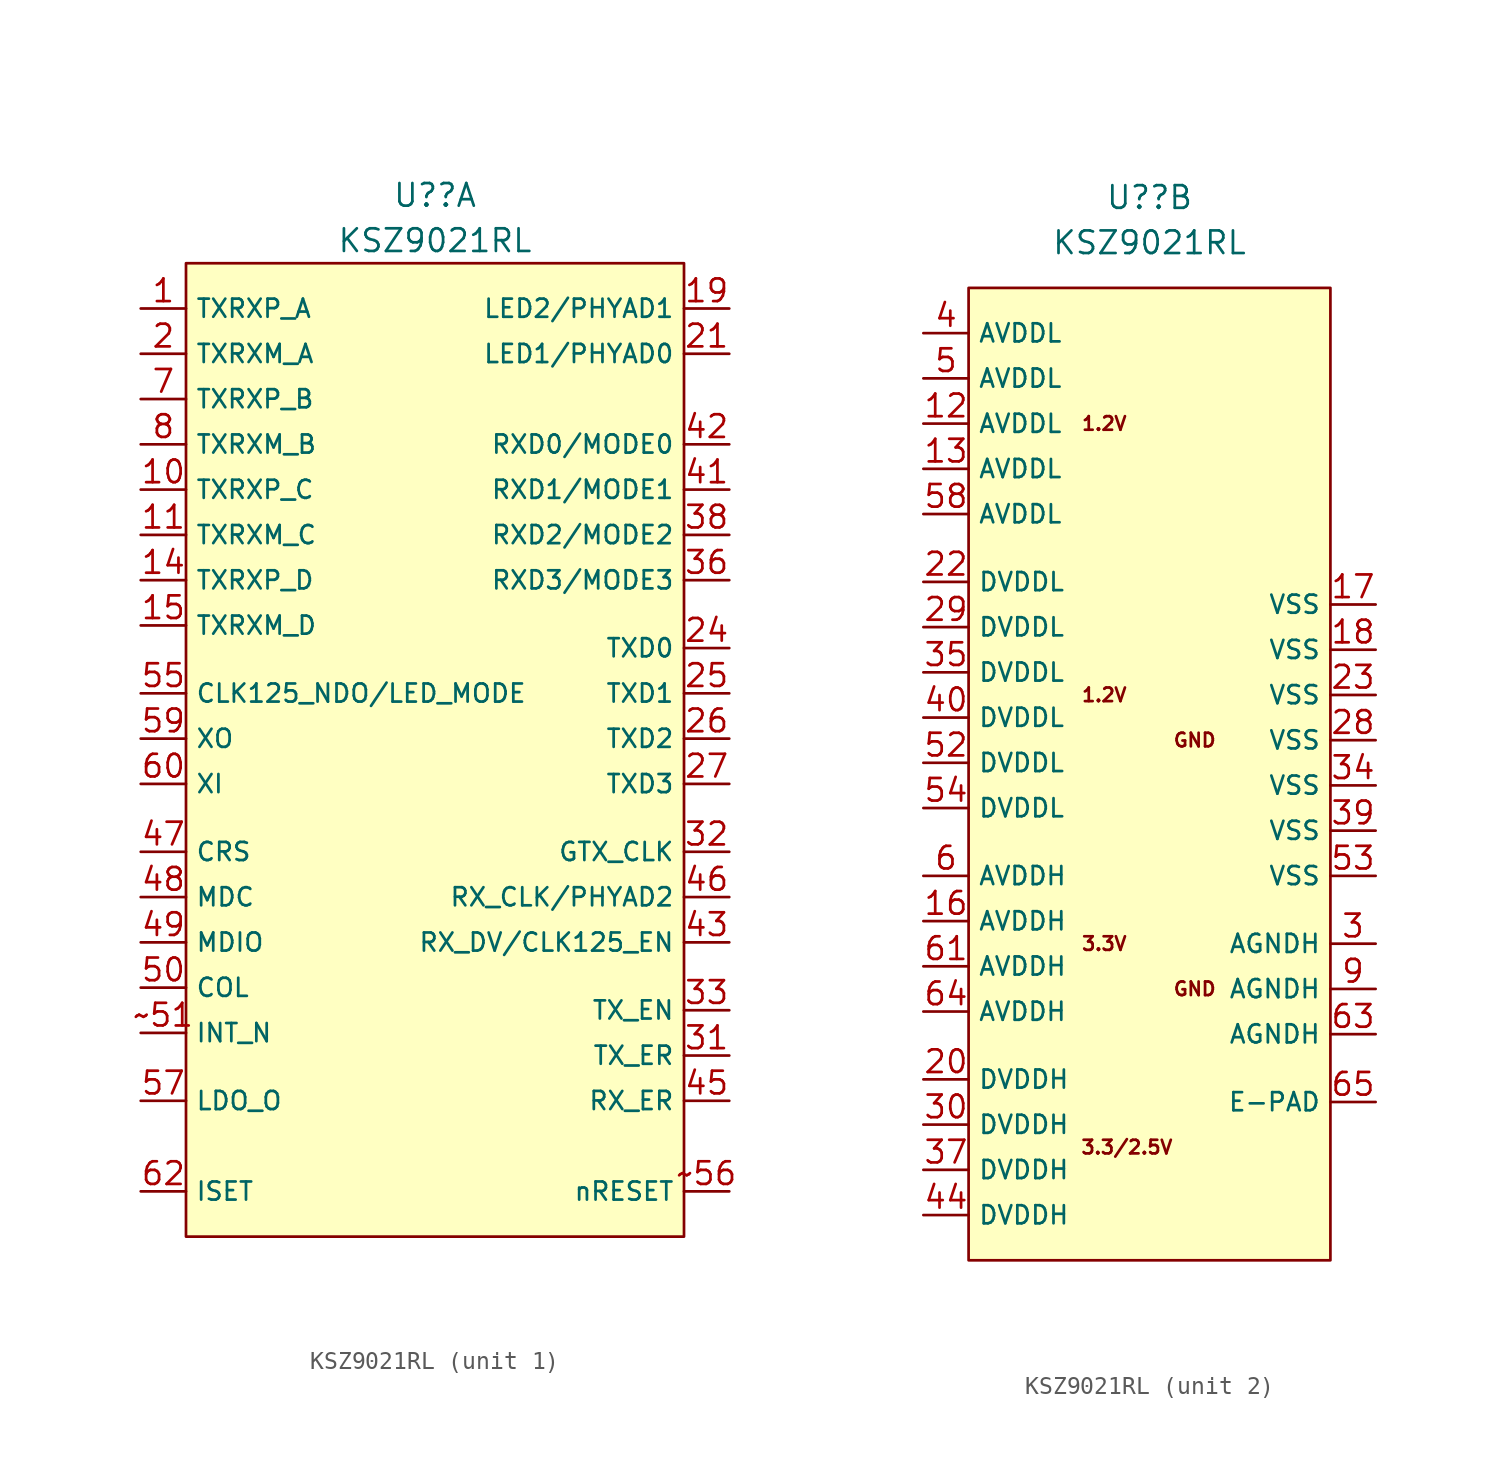
<source format=kicad_sym>
(kicad_symbol_lib
  (version 20201005)
  (generator kicad_symbol_editor)
  (symbol "CustomSymbols:KSZ9021RL"
    (property "Reference" "U?"
      (at 0 33.02 0)
      (effects (font (size 1.27 1.27))))
    (property "Value" "KSZ9021RL"
      (at 0 30.48 0)
      (effects (font (size 1.27 1.27))))
    (property "ki_locked" ""
      (at 0 0 0)
      (effects (font (size 1.27 1.27))))
    (symbol "KSZ9021RL_1_0"
      (rectangle (start -13.97 29.21) (end 13.97 -25.4) (stroke (width 0.152)) (fill (type background)))
      (pin bidirectional line (at -16.51 26.67 0) (length 2.54) (name "TXRXP_A" (effects (font (size 1.016 1.016)))) (number "1" (effects (font (size 1.27 1.27)))))
      (pin bidirectional line (at -16.51 16.51 0) (length 2.54) (name "TXRXP_C" (effects (font (size 1.016 1.016)))) (number "10" (effects (font (size 1.27 1.27)))))
      (pin bidirectional line (at -16.51 13.97 0) (length 2.54) (name "TXRXM_C" (effects (font (size 1.016 1.016)))) (number "11" (effects (font (size 1.27 1.27)))))
      (pin bidirectional line (at -16.51 11.43 0) (length 2.54) (name "TXRXP_D" (effects (font (size 1.016 1.016)))) (number "14" (effects (font (size 1.27 1.27)))))
      (pin bidirectional line (at -16.51 8.89 0) (length 2.54) (name "TXRXM_D" (effects (font (size 1.016 1.016)))) (number "15" (effects (font (size 1.27 1.27)))))
      (pin bidirectional line (at 16.51 26.67 180) (length 2.54) (name "LED2/PHYAD1" (effects (font (size 1.016 1.016)))) (number "19" (effects (font (size 1.27 1.27)))))
      (pin bidirectional line (at -16.51 24.13 0) (length 2.54) (name "TXRXM_A" (effects (font (size 1.016 1.016)))) (number "2" (effects (font (size 1.27 1.27)))))
      (pin bidirectional line (at 16.51 24.13 180) (length 2.54) (name "LED1/PHYAD0" (effects (font (size 1.016 1.016)))) (number "21" (effects (font (size 1.27 1.27)))))
      (pin input line (at 16.51 7.62 180) (length 2.54) (name "TXD0" (effects (font (size 1.016 1.016)))) (number "24" (effects (font (size 1.27 1.27)))))
      (pin input line (at 16.51 5.08 180) (length 2.54) (name "TXD1" (effects (font (size 1.016 1.016)))) (number "25" (effects (font (size 1.27 1.27)))))
      (pin input line (at 16.51 2.54 180) (length 2.54) (name "TXD2" (effects (font (size 1.016 1.016)))) (number "26" (effects (font (size 1.27 1.27)))))
      (pin input line (at 16.51 0 180) (length 2.54) (name "TXD3" (effects (font (size 1.016 1.016)))) (number "27" (effects (font (size 1.27 1.27)))))
      (pin input line (at 16.51 -15.24 180) (length 2.54) (name "TX_ER" (effects (font (size 1.016 1.016)))) (number "31" (effects (font (size 1.27 1.27)))))
      (pin input line (at 16.51 -3.81 180) (length 2.54) (name "GTX_CLK" (effects (font (size 1.016 1.016)))) (number "32" (effects (font (size 1.27 1.27)))))
      (pin input line (at 16.51 -12.7 180) (length 2.54) (name "TX_EN" (effects (font (size 1.016 1.016)))) (number "33" (effects (font (size 1.27 1.27)))))
      (pin bidirectional line (at 16.51 11.43 180) (length 2.54) (name "RXD3/MODE3" (effects (font (size 1.016 1.016)))) (number "36" (effects (font (size 1.27 1.27)))))
      (pin bidirectional line (at 16.51 13.97 180) (length 2.54) (name "RXD2/MODE2" (effects (font (size 1.016 1.016)))) (number "38" (effects (font (size 1.27 1.27)))))
      (pin bidirectional line (at 16.51 16.51 180) (length 2.54) (name "RXD1/MODE1" (effects (font (size 1.016 1.016)))) (number "41" (effects (font (size 1.27 1.27)))))
      (pin bidirectional line (at 16.51 19.05 180) (length 2.54) (name "RXD0/MODE0" (effects (font (size 1.016 1.016)))) (number "42" (effects (font (size 1.27 1.27)))))
      (pin bidirectional line (at 16.51 -8.89 180) (length 2.54) (name "RX_DV/CLK125_EN" (effects (font (size 1.016 1.016)))) (number "43" (effects (font (size 1.27 1.27)))))
      (pin output line (at 16.51 -17.78 180) (length 2.54) (name "RX_ER" (effects (font (size 1.016 1.016)))) (number "45" (effects (font (size 1.27 1.27)))))
      (pin bidirectional line (at 16.51 -6.35 180) (length 2.54) (name "RX_CLK/PHYAD2" (effects (font (size 1.016 1.016)))) (number "46" (effects (font (size 1.27 1.27)))))
      (pin output line (at -16.51 -3.81 0) (length 2.54) (name "CRS" (effects (font (size 1.016 1.016)))) (number "47" (effects (font (size 1.27 1.27)))))
      (pin input line (at -16.51 -6.35 0) (length 2.54) (name "MDC" (effects (font (size 1.016 1.016)))) (number "48" (effects (font (size 1.27 1.27)))))
      (pin bidirectional line (at -16.51 -8.89 0) (length 2.54) (name "MDIO" (effects (font (size 1.016 1.016)))) (number "49" (effects (font (size 1.27 1.27)))))
      (pin output line (at -16.51 -11.43 0) (length 2.54) (name "COL" (effects (font (size 1.016 1.016)))) (number "50" (effects (font (size 1.27 1.27)))))
      (pin bidirectional line (at -16.51 5.08 0) (length 2.54) (name "CLK125_NDO/LED_MODE" (effects (font (size 1.016 1.016)))) (number "55" (effects (font (size 1.27 1.27)))))
      (pin output line (at -16.51 -17.78 0) (length 2.54) (name "LDO_O" (effects (font (size 1.016 1.016)))) (number "57" (effects (font (size 1.27 1.27)))))
      (pin output line (at -16.51 2.54 0) (length 2.54) (name "XO" (effects (font (size 1.016 1.016)))) (number "59" (effects (font (size 1.27 1.27)))))
      (pin input line (at -16.51 0 0) (length 2.54) (name "XI" (effects (font (size 1.016 1.016)))) (number "60" (effects (font (size 1.27 1.27)))))
      (pin bidirectional line (at -16.51 -22.86 0) (length 2.54) (name "ISET" (effects (font (size 1.016 1.016)))) (number "62" (effects (font (size 1.27 1.27)))))
      (pin bidirectional line (at -16.51 21.59 0) (length 2.54) (name "TXRXP_B" (effects (font (size 1.016 1.016)))) (number "7" (effects (font (size 1.27 1.27)))))
      (pin bidirectional line (at -16.51 19.05 0) (length 2.54) (name "TXRXM_B" (effects (font (size 1.016 1.016)))) (number "8" (effects (font (size 1.27 1.27)))))
      (pin output line (at -16.51 -13.97 0) (length 2.54) (name "INT_N" (effects (font (size 1.016 1.016)))) (number "~51" (effects (font (size 1.27 1.27)))))
      (pin input line (at 16.51 -22.86 180) (length 2.54) (name "nRESET" (effects (font (size 1.016 1.016)))) (number "~56" (effects (font (size 1.27 1.27))))))
    (symbol "KSZ9021RL_2_0"
      (text "1.2V" (at -2.54 20.32 0) (effects (font (size 0.762 0.762))))
      (text "1.2V" (at -2.54 5.08 0) (effects (font (size 0.762 0.762))))
      (text "3.3/2.5V" (at -1.27 -20.32 0) (effects (font (size 0.762 0.762))))
      (text "3.3V" (at -2.54 -8.89 0) (effects (font (size 0.762 0.762))))
      (text "GND" (at 2.54 -11.43 0) (effects (font (size 0.762 0.762))))
      (text "GND" (at 2.54 2.54 0) (effects (font (size 0.762 0.762))))
      (pin power_in line (at -12.7 20.32 0) (length 2.54) (name "AVDDL" (effects (font (size 1.016 1.016)))) (number "12" (effects (font (size 1.27 1.27)))))
      (pin power_in line (at -12.7 17.78 0) (length 2.54) (name "AVDDL" (effects (font (size 1.016 1.016)))) (number "13" (effects (font (size 1.27 1.27)))))
      (pin power_in line (at -12.7 -7.62 0) (length 2.54) (name "AVDDH" (effects (font (size 1.016 1.016)))) (number "16" (effects (font (size 1.27 1.27)))))
      (pin power_in line (at 12.7 10.16 180) (length 2.54) (name "VSS" (effects (font (size 1.016 1.016)))) (number "17" (effects (font (size 1.27 1.27)))))
      (pin power_in line (at 12.7 7.62 180) (length 2.54) (name "VSS" (effects (font (size 1.016 1.016)))) (number "18" (effects (font (size 1.27 1.27)))))
      (pin power_in line (at -12.7 -16.51 0) (length 2.54) (name "DVDDH" (effects (font (size 1.016 1.016)))) (number "20" (effects (font (size 1.27 1.27)))))
      (pin power_in line (at -12.7 11.43 0) (length 2.54) (name "DVDDL" (effects (font (size 1.016 1.016)))) (number "22" (effects (font (size 1.27 1.27)))))
      (pin power_in line (at 12.7 5.08 180) (length 2.54) (name "VSS" (effects (font (size 1.016 1.016)))) (number "23" (effects (font (size 1.27 1.27)))))
      (pin power_in line (at 12.7 2.54 180) (length 2.54) (name "VSS" (effects (font (size 1.016 1.016)))) (number "28" (effects (font (size 1.27 1.27)))))
      (pin power_in line (at -12.7 8.89 0) (length 2.54) (name "DVDDL" (effects (font (size 1.016 1.016)))) (number "29" (effects (font (size 1.27 1.27)))))
      (pin power_in line (at 12.7 -8.89 180) (length 2.54) (name "AGNDH" (effects (font (size 1.016 1.016)))) (number "3" (effects (font (size 1.27 1.27)))))
      (pin power_in line (at -12.7 -19.05 0) (length 2.54) (name "DVDDH" (effects (font (size 1.016 1.016)))) (number "30" (effects (font (size 1.27 1.27)))))
      (pin power_in line (at 12.7 0 180) (length 2.54) (name "VSS" (effects (font (size 1.016 1.016)))) (number "34" (effects (font (size 1.27 1.27)))))
      (pin power_in line (at -12.7 6.35 0) (length 2.54) (name "DVDDL" (effects (font (size 1.016 1.016)))) (number "35" (effects (font (size 1.27 1.27)))))
      (pin power_in line (at -12.7 -21.59 0) (length 2.54) (name "DVDDH" (effects (font (size 1.016 1.016)))) (number "37" (effects (font (size 1.27 1.27)))))
      (pin power_in line (at 12.7 -2.54 180) (length 2.54) (name "VSS" (effects (font (size 1.016 1.016)))) (number "39" (effects (font (size 1.27 1.27)))))
      (pin power_in line (at -12.7 25.4 0) (length 2.54) (name "AVDDL" (effects (font (size 1.016 1.016)))) (number "4" (effects (font (size 1.27 1.27)))))
      (pin power_in line (at -12.7 3.81 0) (length 2.54) (name "DVDDL" (effects (font (size 1.016 1.016)))) (number "40" (effects (font (size 1.27 1.27)))))
      (pin power_in line (at -12.7 -24.13 0) (length 2.54) (name "DVDDH" (effects (font (size 1.016 1.016)))) (number "44" (effects (font (size 1.27 1.27)))))
      (pin power_in line (at -12.7 22.86 0) (length 2.54) (name "AVDDL" (effects (font (size 1.016 1.016)))) (number "5" (effects (font (size 1.27 1.27)))))
      (pin power_in line (at -12.7 1.27 0) (length 2.54) (name "DVDDL" (effects (font (size 1.016 1.016)))) (number "52" (effects (font (size 1.27 1.27)))))
      (pin power_in line (at 12.7 -5.08 180) (length 2.54) (name "VSS" (effects (font (size 1.016 1.016)))) (number "53" (effects (font (size 1.27 1.27)))))
      (pin power_in line (at -12.7 -1.27 0) (length 2.54) (name "DVDDL" (effects (font (size 1.016 1.016)))) (number "54" (effects (font (size 1.27 1.27)))))
      (pin power_in line (at -12.7 15.24 0) (length 2.54) (name "AVDDL" (effects (font (size 1.016 1.016)))) (number "58" (effects (font (size 1.27 1.27)))))
      (pin power_in line (at -12.7 -5.08 0) (length 2.54) (name "AVDDH" (effects (font (size 1.016 1.016)))) (number "6" (effects (font (size 1.27 1.27)))))
      (pin power_in line (at -12.7 -10.16 0) (length 2.54) (name "AVDDH" (effects (font (size 1.016 1.016)))) (number "61" (effects (font (size 1.27 1.27)))))
      (pin power_in line (at 12.7 -13.97 180) (length 2.54) (name "AGNDH" (effects (font (size 1.016 1.016)))) (number "63" (effects (font (size 1.27 1.27)))))
      (pin power_in line (at -12.7 -12.7 0) (length 2.54) (name "AVDDH" (effects (font (size 1.016 1.016)))) (number "64" (effects (font (size 1.27 1.27)))))
      (pin power_in line (at 12.7 -17.78 180) (length 2.54) (name "E-PAD" (effects (font (size 1.016 1.016)))) (number "65" (effects (font (size 1.27 1.27)))))
      (pin power_in line (at 12.7 -11.43 180) (length 2.54) (name "AGNDH" (effects (font (size 1.016 1.016)))) (number "9" (effects (font (size 1.27 1.27))))))
    (symbol "KSZ9021RL_2_1"
      (rectangle (start -10.16 27.94) (end 10.16 -26.67) (stroke (width 0.152)) (fill (type background))))))
</source>
